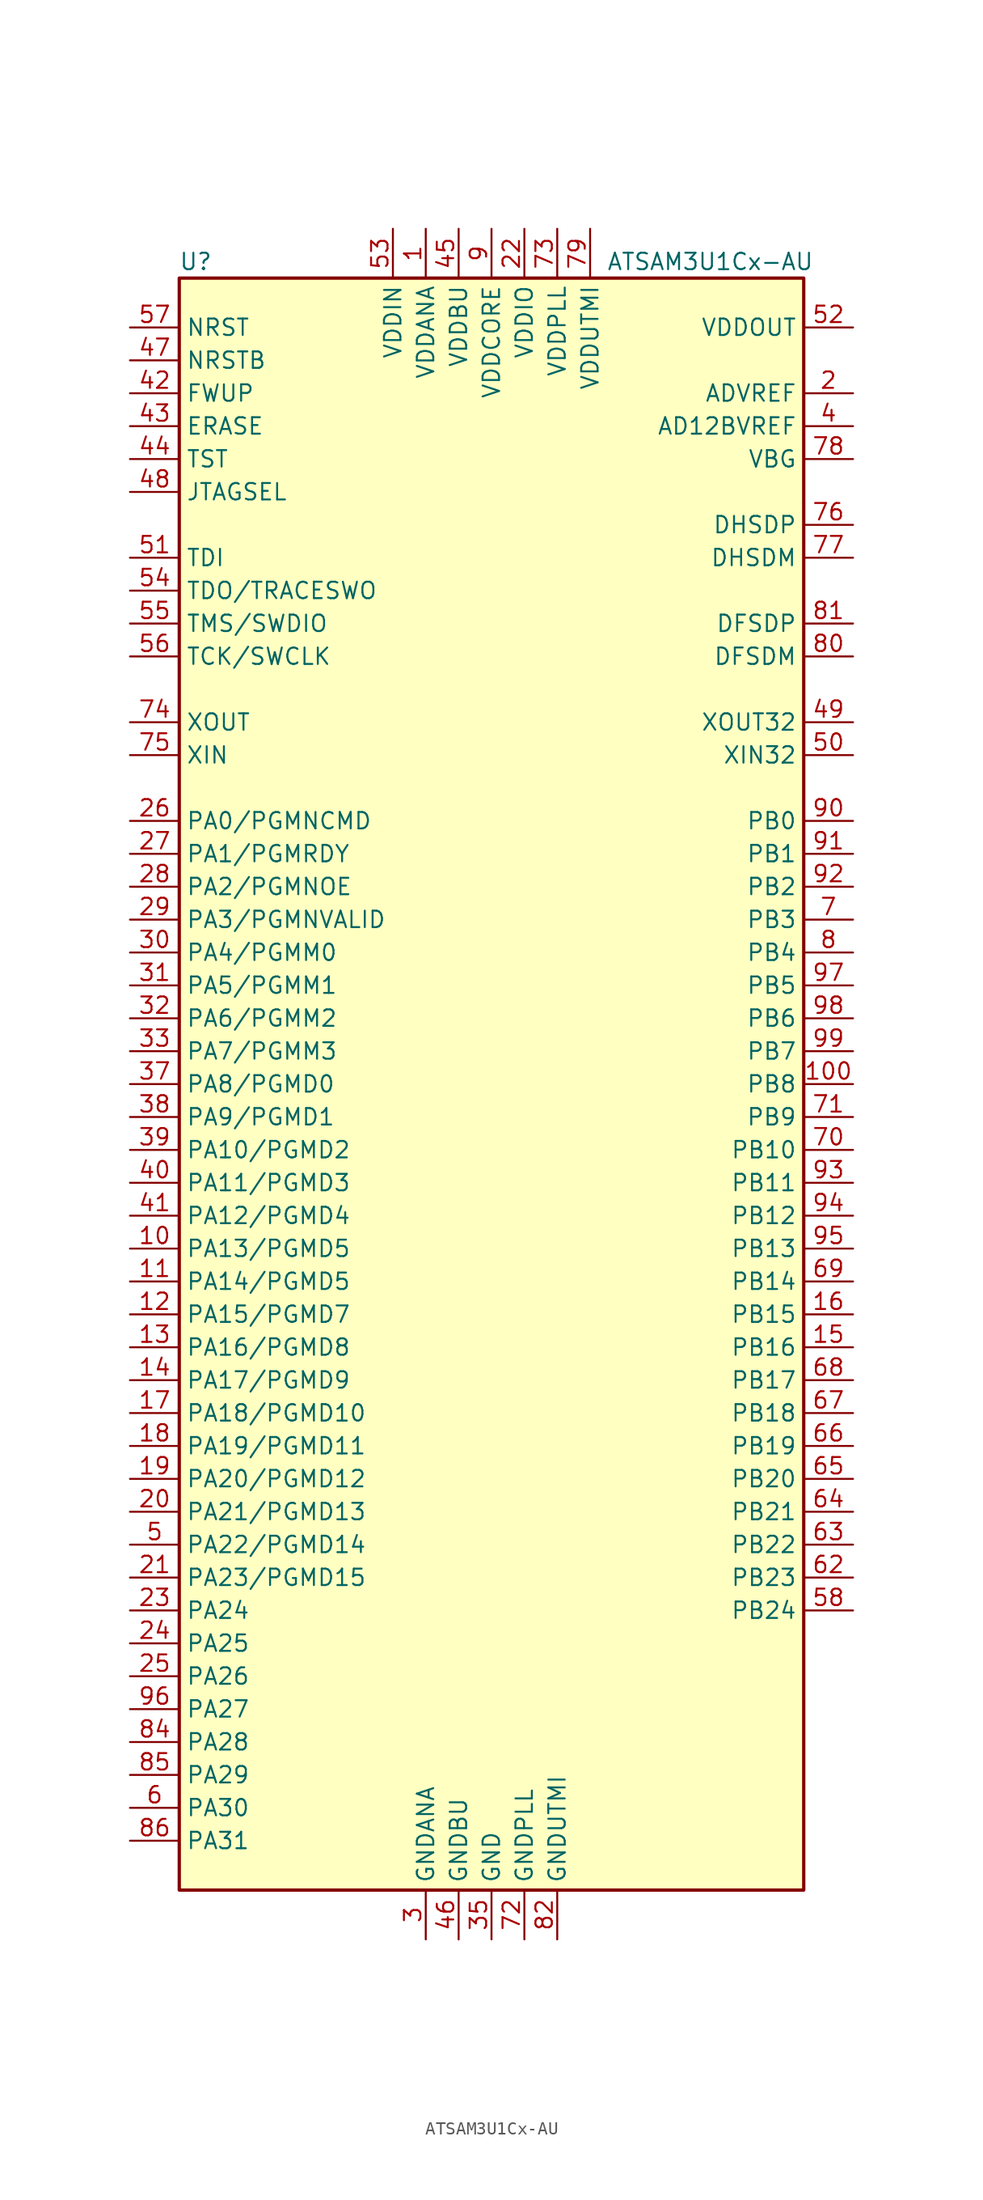
<source format=kicad_sym>
(kicad_symbol_lib
  (version 20241209)
  (generator "kicad_symbol_editor")
  (generator_version "9.0")
  (symbol "ATSAM3U1Cx-AU"
    (property "Reference" "U"
      (at -22.86 63.5 0)
      (effects (font (size 1.27 1.27))))
    (property "Value" "ATSAM3U1Cx-AU"
      (at 8.89 63.5 0)
      (effects (font (size 1.27 1.27)) (justify left)))
    (symbol "ATSAM3U1Cx-AU_1_0"
      (pin bidirectional line (at -27.94 58.42 0) (length 3.81) (name "NRST" (effects (font (size 1.27 1.27)))) (number "57" (effects (font (size 1.27 1.27)))))
      (pin input line (at -27.94 55.88 0) (length 3.81) (name "NRSTB" (effects (font (size 1.27 1.27)))) (number "47" (effects (font (size 1.27 1.27)))))
      (pin input line (at -27.94 53.34 0) (length 3.81) (name "FWUP" (effects (font (size 1.27 1.27)))) (number "42" (effects (font (size 1.27 1.27)))))
      (pin input line (at -27.94 50.8 0) (length 3.81) (name "ERASE" (effects (font (size 1.27 1.27)))) (number "43" (effects (font (size 1.27 1.27)))))
      (pin input line (at -27.94 48.26 0) (length 3.81) (name "TST" (effects (font (size 1.27 1.27)))) (number "44" (effects (font (size 1.27 1.27)))))
      (pin input line (at -27.94 45.72 0) (length 3.81) (name "JTAGSEL" (effects (font (size 1.27 1.27)))) (number "48" (effects (font (size 1.27 1.27)))))
      (pin input line (at -27.94 40.64 0) (length 3.81) (name "TDI" (effects (font (size 1.27 1.27)))) (number "51" (effects (font (size 1.27 1.27)))))
      (pin bidirectional line (at -27.94 38.1 0) (length 3.81) (name "TDO/TRACESWO" (effects (font (size 1.27 1.27)))) (number "54" (effects (font (size 1.27 1.27)))))
      (pin bidirectional line (at -27.94 35.56 0) (length 3.81) (name "TMS/SWDIO" (effects (font (size 1.27 1.27)))) (number "55" (effects (font (size 1.27 1.27)))))
      (pin input line (at -27.94 33.02 0) (length 3.81) (name "TCK/SWCLK" (effects (font (size 1.27 1.27)))) (number "56" (effects (font (size 1.27 1.27)))))
      (pin output line (at -27.94 27.94 0) (length 3.81) (name "XOUT" (effects (font (size 1.27 1.27)))) (number "74" (effects (font (size 1.27 1.27)))))
      (pin input line (at -27.94 25.4 0) (length 3.81) (name "XIN" (effects (font (size 1.27 1.27)))) (number "75" (effects (font (size 1.27 1.27)))))
      (pin bidirectional line (at -27.94 20.32 0) (length 3.81) (name "PA0/PGMNCMD" (effects (font (size 1.27 1.27)))) (number "26" (effects (font (size 1.27 1.27)))))
      (pin bidirectional line (at -27.94 17.78 0) (length 3.81) (name "PA1/PGMRDY" (effects (font (size 1.27 1.27)))) (number "27" (effects (font (size 1.27 1.27)))))
      (pin bidirectional line (at -27.94 15.24 0) (length 3.81) (name "PA2/PGMNOE" (effects (font (size 1.27 1.27)))) (number "28" (effects (font (size 1.27 1.27)))))
      (pin bidirectional line (at -27.94 12.7 0) (length 3.81) (name "PA3/PGMNVALID" (effects (font (size 1.27 1.27)))) (number "29" (effects (font (size 1.27 1.27)))))
      (pin bidirectional line (at -27.94 10.16 0) (length 3.81) (name "PA4/PGMM0" (effects (font (size 1.27 1.27)))) (number "30" (effects (font (size 1.27 1.27)))))
      (pin bidirectional line (at -27.94 7.62 0) (length 3.81) (name "PA5/PGMM1" (effects (font (size 1.27 1.27)))) (number "31" (effects (font (size 1.27 1.27)))))
      (pin bidirectional line (at -27.94 5.08 0) (length 3.81) (name "PA6/PGMM2" (effects (font (size 1.27 1.27)))) (number "32" (effects (font (size 1.27 1.27)))))
      (pin bidirectional line (at -27.94 2.54 0) (length 3.81) (name "PA7/PGMM3" (effects (font (size 1.27 1.27)))) (number "33" (effects (font (size 1.27 1.27)))))
      (pin bidirectional line (at -27.94 0 0) (length 3.81) (name "PA8/PGMD0" (effects (font (size 1.27 1.27)))) (number "37" (effects (font (size 1.27 1.27)))))
      (pin bidirectional line (at -27.94 -2.54 0) (length 3.81) (name "PA9/PGMD1" (effects (font (size 1.27 1.27)))) (number "38" (effects (font (size 1.27 1.27)))))
      (pin bidirectional line (at -27.94 -5.08 0) (length 3.81) (name "PA10/PGMD2" (effects (font (size 1.27 1.27)))) (number "39" (effects (font (size 1.27 1.27)))))
      (pin bidirectional line (at -27.94 -7.62 0) (length 3.81) (name "PA11/PGMD3" (effects (font (size 1.27 1.27)))) (number "40" (effects (font (size 1.27 1.27)))))
      (pin bidirectional line (at -27.94 -10.16 0) (length 3.81) (name "PA12/PGMD4" (effects (font (size 1.27 1.27)))) (number "41" (effects (font (size 1.27 1.27)))))
      (pin bidirectional line (at -27.94 -15.24 0) (length 3.81) (name "PA14/PGMD5" (effects (font (size 1.27 1.27)))) (number "11" (effects (font (size 1.27 1.27)))))
      (pin bidirectional line (at -27.94 -17.78 0) (length 3.81) (name "PA15/PGMD7" (effects (font (size 1.27 1.27)))) (number "12" (effects (font (size 1.27 1.27)))))
      (pin bidirectional line (at -27.94 -20.32 0) (length 3.81) (name "PA16/PGMD8" (effects (font (size 1.27 1.27)))) (number "13" (effects (font (size 1.27 1.27)))))
      (pin bidirectional line (at -27.94 -22.86 0) (length 3.81) (name "PA17/PGMD9" (effects (font (size 1.27 1.27)))) (number "14" (effects (font (size 1.27 1.27)))))
      (pin bidirectional line (at -27.94 -25.4 0) (length 3.81) (name "PA18/PGMD10" (effects (font (size 1.27 1.27)))) (number "17" (effects (font (size 1.27 1.27)))))
      (pin bidirectional line (at -27.94 -27.94 0) (length 3.81) (name "PA19/PGMD11" (effects (font (size 1.27 1.27)))) (number "18" (effects (font (size 1.27 1.27)))))
      (pin bidirectional line (at -27.94 -30.48 0) (length 3.81) (name "PA20/PGMD12" (effects (font (size 1.27 1.27)))) (number "19" (effects (font (size 1.27 1.27)))))
      (pin bidirectional line (at -27.94 -33.02 0) (length 3.81) (name "PA21/PGMD13" (effects (font (size 1.27 1.27)))) (number "20" (effects (font (size 1.27 1.27)))))
      (pin bidirectional line (at -27.94 -38.1 0) (length 3.81) (name "PA23/PGMD15" (effects (font (size 1.27 1.27)))) (number "21" (effects (font (size 1.27 1.27)))))
      (pin bidirectional line (at -27.94 -40.64 0) (length 3.81) (name "PA24" (effects (font (size 1.27 1.27)))) (number "23" (effects (font (size 1.27 1.27)))))
      (pin bidirectional line (at -27.94 -43.18 0) (length 3.81) (name "PA25" (effects (font (size 1.27 1.27)))) (number "24" (effects (font (size 1.27 1.27)))))
      (pin bidirectional line (at -27.94 -45.72 0) (length 3.81) (name "PA26" (effects (font (size 1.27 1.27)))) (number "25" (effects (font (size 1.27 1.27)))))
      (pin bidirectional line (at -27.94 -48.26 0) (length 3.81) (name "PA27" (effects (font (size 1.27 1.27)))) (number "96" (effects (font (size 1.27 1.27)))))
      (pin bidirectional line (at -27.94 -50.8 0) (length 3.81) (name "PA28" (effects (font (size 1.27 1.27)))) (number "84" (effects (font (size 1.27 1.27)))))
      (pin bidirectional line (at -27.94 -53.34 0) (length 3.81) (name "PA29" (effects (font (size 1.27 1.27)))) (number "85" (effects (font (size 1.27 1.27)))))
      (pin bidirectional line (at -27.94 -58.42 0) (length 3.81) (name "PA31" (effects (font (size 1.27 1.27)))) (number "86" (effects (font (size 1.27 1.27)))))
      (pin power_in line (at -7.62 66.04 270) (length 3.81) (name "VDDIN" (effects (font (size 1.27 1.27)))) (number "53" (effects (font (size 1.27 1.27)))))
      (pin power_in line (at -2.54 66.04 270) (length 3.81) (name "VDDBU" (effects (font (size 1.27 1.27)))) (number "45" (effects (font (size 1.27 1.27)))))
      (pin power_in line (at -2.54 -66.04 90) (length 3.81) (name "GNDBU" (effects (font (size 1.27 1.27)))) (number "46" (effects (font (size 1.27 1.27)))))
      (pin passive line (at 0 66.04 270) (length 3.81) (hide yes) (name "VDDCORE" (effects (font (size 1.27 1.27)))) (number "34" (effects (font (size 1.27 1.27)))))
      (pin passive line (at 0 66.04 270) (length 3.81) (hide yes) (name "VDDCORE" (effects (font (size 1.27 1.27)))) (number "59" (effects (font (size 1.27 1.27)))))
      (pin passive line (at 0 66.04 270) (length 3.81) (hide yes) (name "VDDCORE" (effects (font (size 1.27 1.27)))) (number "83" (effects (font (size 1.27 1.27)))))
      (pin passive line (at 0 66.04 270) (length 3.81) (hide yes) (name "VDDCORE" (effects (font (size 1.27 1.27)))) (number "87" (effects (font (size 1.27 1.27)))))
      (pin power_in line (at 0 -66.04 90) (length 3.81) (name "GND" (effects (font (size 1.27 1.27)))) (number "35" (effects (font (size 1.27 1.27)))))
      (pin passive line (at 0 -66.04 90) (length 3.81) (hide yes) (name "GND" (effects (font (size 1.27 1.27)))) (number "61" (effects (font (size 1.27 1.27)))))
      (pin passive line (at 0 -66.04 90) (length 3.81) (hide yes) (name "GND" (effects (font (size 1.27 1.27)))) (number "89" (effects (font (size 1.27 1.27)))))
      (pin power_in line (at 2.54 66.04 270) (length 3.81) (name "VDDIO" (effects (font (size 1.27 1.27)))) (number "22" (effects (font (size 1.27 1.27)))))
      (pin passive line (at 2.54 66.04 270) (length 3.81) (hide yes) (name "VDDIO" (effects (font (size 1.27 1.27)))) (number "36" (effects (font (size 1.27 1.27)))))
      (pin passive line (at 2.54 66.04 270) (length 3.81) (hide yes) (name "VDDIO" (effects (font (size 1.27 1.27)))) (number "60" (effects (font (size 1.27 1.27)))))
      (pin passive line (at 2.54 66.04 270) (length 3.81) (hide yes) (name "VDDIO" (effects (font (size 1.27 1.27)))) (number "88" (effects (font (size 1.27 1.27)))))
      (pin power_in line (at 2.54 -66.04 90) (length 3.81) (name "GNDPLL" (effects (font (size 1.27 1.27)))) (number "72" (effects (font (size 1.27 1.27)))))
      (pin power_in line (at 5.08 66.04 270) (length 3.81) (name "VDDPLL" (effects (font (size 1.27 1.27)))) (number "73" (effects (font (size 1.27 1.27)))))
      (pin power_in line (at 5.08 -66.04 90) (length 3.81) (name "GNDUTMI" (effects (font (size 1.27 1.27)))) (number "82" (effects (font (size 1.27 1.27)))))
      (pin power_in line (at 7.62 66.04 270) (length 3.81) (name "VDDUTMI" (effects (font (size 1.27 1.27)))) (number "79" (effects (font (size 1.27 1.27)))))
      (pin power_out line (at 27.94 58.42 180) (length 3.81) (name "VDDOUT" (effects (font (size 1.27 1.27)))) (number "52" (effects (font (size 1.27 1.27)))))
      (pin input line (at 27.94 48.26 180) (length 3.81) (name "VBG" (effects (font (size 1.27 1.27)))) (number "78" (effects (font (size 1.27 1.27)))))
      (pin bidirectional line (at 27.94 43.18 180) (length 3.81) (name "DHSDP" (effects (font (size 1.27 1.27)))) (number "76" (effects (font (size 1.27 1.27)))))
      (pin bidirectional line (at 27.94 40.64 180) (length 3.81) (name "DHSDM" (effects (font (size 1.27 1.27)))) (number "77" (effects (font (size 1.27 1.27)))))
      (pin bidirectional line (at 27.94 35.56 180) (length 3.81) (name "DFSDP" (effects (font (size 1.27 1.27)))) (number "81" (effects (font (size 1.27 1.27)))))
      (pin bidirectional line (at 27.94 33.02 180) (length 3.81) (name "DFSDM" (effects (font (size 1.27 1.27)))) (number "80" (effects (font (size 1.27 1.27)))))
      (pin output line (at 27.94 27.94 180) (length 3.81) (name "XOUT32" (effects (font (size 1.27 1.27)))) (number "49" (effects (font (size 1.27 1.27)))))
      (pin input line (at 27.94 25.4 180) (length 3.81) (name "XIN32" (effects (font (size 1.27 1.27)))) (number "50" (effects (font (size 1.27 1.27)))))
      (pin bidirectional line (at 27.94 20.32 180) (length 3.81) (name "PB0" (effects (font (size 1.27 1.27)))) (number "90" (effects (font (size 1.27 1.27)))))
      (pin bidirectional line (at 27.94 17.78 180) (length 3.81) (name "PB1" (effects (font (size 1.27 1.27)))) (number "91" (effects (font (size 1.27 1.27)))))
      (pin bidirectional line (at 27.94 15.24 180) (length 3.81) (name "PB2" (effects (font (size 1.27 1.27)))) (number "92" (effects (font (size 1.27 1.27)))))
      (pin bidirectional line (at 27.94 7.62 180) (length 3.81) (name "PB5" (effects (font (size 1.27 1.27)))) (number "97" (effects (font (size 1.27 1.27)))))
      (pin bidirectional line (at 27.94 5.08 180) (length 3.81) (name "PB6" (effects (font (size 1.27 1.27)))) (number "98" (effects (font (size 1.27 1.27)))))
      (pin bidirectional line (at 27.94 2.54 180) (length 3.81) (name "PB7" (effects (font (size 1.27 1.27)))) (number "99" (effects (font (size 1.27 1.27)))))
      (pin bidirectional line (at 27.94 0 180) (length 3.81) (name "PB8" (effects (font (size 1.27 1.27)))) (number "100" (effects (font (size 1.27 1.27)))))
      (pin bidirectional line (at 27.94 -2.54 180) (length 3.81) (name "PB9" (effects (font (size 1.27 1.27)))) (number "71" (effects (font (size 1.27 1.27)))))
      (pin bidirectional line (at 27.94 -5.08 180) (length 3.81) (name "PB10" (effects (font (size 1.27 1.27)))) (number "70" (effects (font (size 1.27 1.27)))))
      (pin bidirectional line (at 27.94 -7.62 180) (length 3.81) (name "PB11" (effects (font (size 1.27 1.27)))) (number "93" (effects (font (size 1.27 1.27)))))
      (pin bidirectional line (at 27.94 -10.16 180) (length 3.81) (name "PB12" (effects (font (size 1.27 1.27)))) (number "94" (effects (font (size 1.27 1.27)))))
      (pin bidirectional line (at 27.94 -12.7 180) (length 3.81) (name "PB13" (effects (font (size 1.27 1.27)))) (number "95" (effects (font (size 1.27 1.27)))))
      (pin bidirectional line (at 27.94 -15.24 180) (length 3.81) (name "PB14" (effects (font (size 1.27 1.27)))) (number "69" (effects (font (size 1.27 1.27)))))
      (pin bidirectional line (at 27.94 -17.78 180) (length 3.81) (name "PB15" (effects (font (size 1.27 1.27)))) (number "16" (effects (font (size 1.27 1.27)))))
      (pin bidirectional line (at 27.94 -20.32 180) (length 3.81) (name "PB16" (effects (font (size 1.27 1.27)))) (number "15" (effects (font (size 1.27 1.27)))))
      (pin bidirectional line (at 27.94 -22.86 180) (length 3.81) (name "PB17" (effects (font (size 1.27 1.27)))) (number "68" (effects (font (size 1.27 1.27)))))
      (pin bidirectional line (at 27.94 -25.4 180) (length 3.81) (name "PB18" (effects (font (size 1.27 1.27)))) (number "67" (effects (font (size 1.27 1.27)))))
      (pin bidirectional line (at 27.94 -27.94 180) (length 3.81) (name "PB19" (effects (font (size 1.27 1.27)))) (number "66" (effects (font (size 1.27 1.27)))))
      (pin bidirectional line (at 27.94 -30.48 180) (length 3.81) (name "PB20" (effects (font (size 1.27 1.27)))) (number "65" (effects (font (size 1.27 1.27)))))
      (pin bidirectional line (at 27.94 -33.02 180) (length 3.81) (name "PB21" (effects (font (size 1.27 1.27)))) (number "64" (effects (font (size 1.27 1.27)))))
      (pin bidirectional line (at 27.94 -35.56 180) (length 3.81) (name "PB22" (effects (font (size 1.27 1.27)))) (number "63" (effects (font (size 1.27 1.27)))))
      (pin bidirectional line (at 27.94 -38.1 180) (length 3.81) (name "PB23" (effects (font (size 1.27 1.27)))) (number "62" (effects (font (size 1.27 1.27)))))
      (pin bidirectional line (at 27.94 -40.64 180) (length 3.81) (name "PB24" (effects (font (size 1.27 1.27)))) (number "58" (effects (font (size 1.27 1.27))))))
    (symbol "ATSAM3U1Cx-AU_1_1"
      (rectangle (start -24.13 62.23) (end 24.13 -62.23) (stroke (width 0.254) (type default)) (fill (type background)))
      (pin bidirectional line (at -27.94 -12.7 0) (length 3.81) (name "PA13/PGMD5" (effects (font (size 1.27 1.27)))) (number "10" (effects (font (size 1.27 1.27)))))
      (pin bidirectional line (at -27.94 -35.56 0) (length 3.81) (name "PA22/PGMD14" (effects (font (size 1.27 1.27)))) (number "5" (effects (font (size 1.27 1.27)))))
      (pin bidirectional line (at -27.94 -55.88 0) (length 3.81) (name "PA30" (effects (font (size 1.27 1.27)))) (number "6" (effects (font (size 1.27 1.27)))))
      (pin power_in line (at -5.08 66.04 270) (length 3.81) (name "VDDANA" (effects (font (size 1.27 1.27)))) (number "1" (effects (font (size 1.27 1.27)))))
      (pin power_in line (at -5.08 -66.04 90) (length 3.81) (name "GNDANA" (effects (font (size 1.27 1.27)))) (number "3" (effects (font (size 1.27 1.27)))))
      (pin power_in line (at 0 66.04 270) (length 3.81) (name "VDDCORE" (effects (font (size 1.27 1.27)))) (number "9" (effects (font (size 1.27 1.27)))))
      (pin input line (at 27.94 53.34 180) (length 3.81) (name "ADVREF" (effects (font (size 1.27 1.27)))) (number "2" (effects (font (size 1.27 1.27)))))
      (pin input line (at 27.94 50.8 180) (length 3.81) (name "AD12BVREF" (effects (font (size 1.27 1.27)))) (number "4" (effects (font (size 1.27 1.27)))))
      (pin bidirectional line (at 27.94 12.7 180) (length 3.81) (name "PB3" (effects (font (size 1.27 1.27)))) (number "7" (effects (font (size 1.27 1.27)))))
      (pin bidirectional line (at 27.94 10.16 180) (length 3.81) (name "PB4" (effects (font (size 1.27 1.27)))) (number "8" (effects (font (size 1.27 1.27))))))))
</source>
